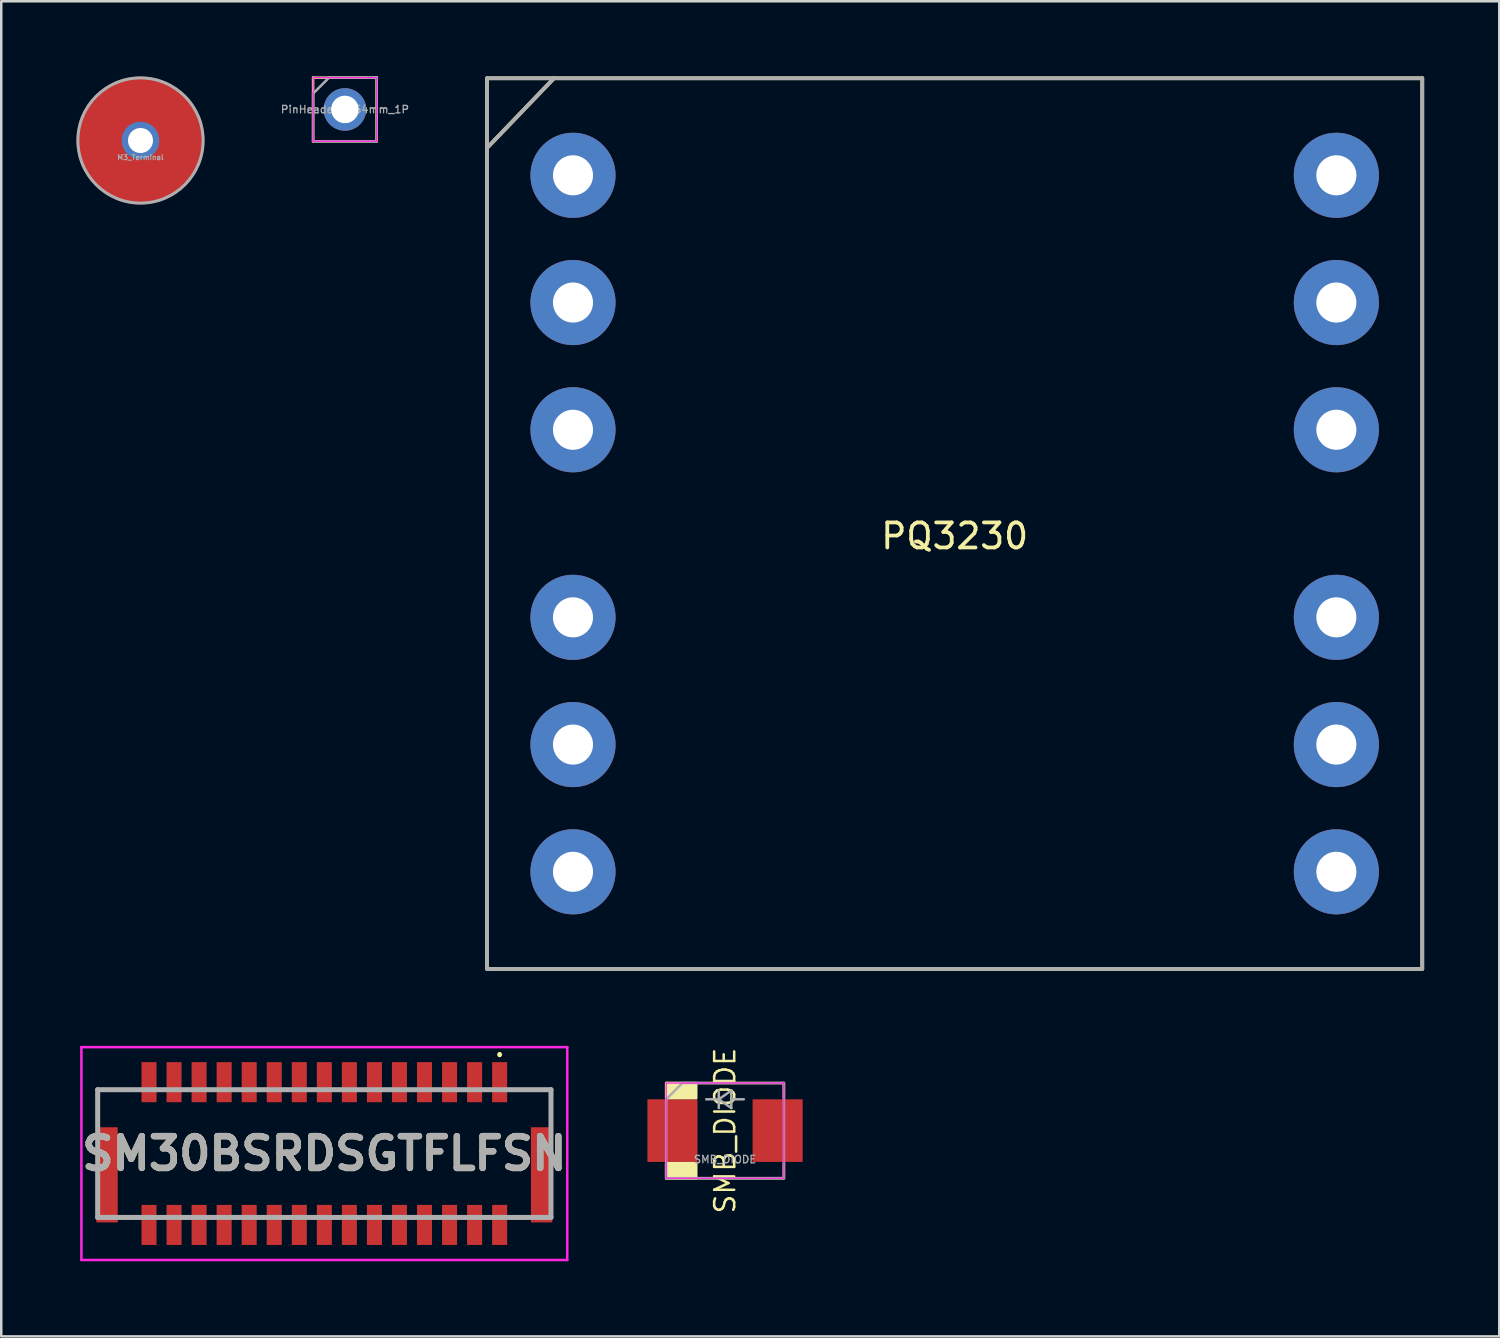
<source format=kicad_pcb>
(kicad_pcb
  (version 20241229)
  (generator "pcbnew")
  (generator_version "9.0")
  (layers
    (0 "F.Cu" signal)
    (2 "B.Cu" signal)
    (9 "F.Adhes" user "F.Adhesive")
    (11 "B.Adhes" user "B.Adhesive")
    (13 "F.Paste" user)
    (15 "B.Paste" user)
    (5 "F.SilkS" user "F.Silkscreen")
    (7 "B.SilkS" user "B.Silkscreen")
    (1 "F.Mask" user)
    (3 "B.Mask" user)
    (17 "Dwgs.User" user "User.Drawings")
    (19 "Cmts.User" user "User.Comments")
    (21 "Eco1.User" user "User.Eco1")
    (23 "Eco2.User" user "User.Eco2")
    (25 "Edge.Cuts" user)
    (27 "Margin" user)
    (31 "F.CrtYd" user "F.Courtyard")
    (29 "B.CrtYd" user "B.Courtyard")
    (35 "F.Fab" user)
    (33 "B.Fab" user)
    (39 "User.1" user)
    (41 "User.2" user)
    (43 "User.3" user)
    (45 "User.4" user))
  (footprint "PQ3230"
    (layer "F.Cu")
    (at 35.069 17.855)
    (property "Reference" "PQ3230" (at 0 0.5 0) (layer "F.SilkS") (effects (font (size 1 1) (thickness 0.15))))
    (attr through_hole)
    (fp_line (start -18.67 -17.78) (end 18.67 -17.78) (stroke (width 0.15) (type solid)) (layer "F.SilkS"))
    (fp_line (start -18.67 -15) (end -16 -17.78) (stroke (width 0.15) (type solid)) (layer "F.SilkS"))
    (fp_line (start -18.67 17.78) (end -18.67 -17.78) (stroke (width 0.15) (type solid)) (layer "F.SilkS"))
    (fp_line (start 18.67 -17.78) (end 18.67 17.78) (stroke (width 0.15) (type solid)) (layer "F.SilkS"))
    (fp_line (start 18.67 17.78) (end -18.67 17.78) (stroke (width 0.15) (type solid)) (layer "F.SilkS"))
    (fp_line (start -18.67 -17.78) (end 18.67 -17.78) (stroke (width 0.15) (type solid)) (layer "F.Fab"))
    (fp_line (start -18.67 -15) (end -16 -17.78) (stroke (width 0.15) (type solid)) (layer "F.Fab"))
    (fp_line (start -18.67 17.78) (end -18.67 -17.78) (stroke (width 0.15) (type solid)) (layer "F.Fab"))
    (fp_line (start 18.67 -17.78) (end 18.67 17.78) (stroke (width 0.15) (type solid)) (layer "F.Fab"))
    (fp_line (start 18.67 17.78) (end -18.67 17.78) (stroke (width 0.15) (type solid)) (layer "F.Fab"))
    (pad "1" thru_hole circle (at -15.24 -13.905) (size 3.4 3.4) (drill 1.6) (layers "*.Cu" "*.Mask"))
    (pad "2" thru_hole circle (at -15.24 -8.825) (size 3.4 3.4) (drill 1.6) (layers "*.Cu" "*.Mask"))
    (pad "3" thru_hole circle (at -15.24 -3.745) (size 3.4 3.4) (drill 1.6) (layers "*.Cu" "*.Mask"))
    (pad "4" thru_hole circle (at -15.24 3.745) (size 3.4 3.4) (drill 1.6) (layers "*.Cu" "*.Mask"))
    (pad "5" thru_hole circle (at -15.24 8.825) (size 3.4 3.4) (drill 1.6) (layers "*.Cu" "*.Mask"))
    (pad "6" thru_hole circle (at -15.24 13.905) (size 3.4 3.4) (drill 1.6) (layers "*.Cu" "*.Mask"))
    (pad "7" thru_hole circle (at 15.24 13.905) (size 3.4 3.4) (drill 1.6) (layers "*.Cu" "*.Mask"))
    (pad "8" thru_hole circle (at 15.24 8.825) (size 3.4 3.4) (drill 1.6) (layers "*.Cu" "*.Mask"))
    (pad "9" thru_hole circle (at 15.24 3.745) (size 3.4 3.4) (drill 1.6) (layers "*.Cu" "*.Mask"))
    (pad "10" thru_hole circle (at 15.24 -3.745) (size 3.4 3.4) (drill 1.6) (layers "*.Cu" "*.Mask"))
    (pad "11" thru_hole circle (at 15.24 -8.825) (size 3.4 3.4) (drill 1.6) (layers "*.Cu" "*.Mask"))
    (pad "12" thru_hole circle (at 15.24 -13.905) (size 3.4 3.4) (drill 1.6) (layers "*.Cu" "*.Mask")))
  (footprint "SM30BSRDSGTFLFSN"
    (layer "F.Cu")
    (at 9.9 43.01)
    (property "Reference" "SM30BSRDSGTFLFSN" (at 0 0 0) (layer "F.SilkS") (effects (font (size 1.27 1.27) (thickness 0.254))))
    (attr smd)
    (fp_line (start -9.05 -2.55) (end -8 -2.55) (stroke (width 0.1) (type solid)) (layer "F.SilkS"))
    (fp_line (start -9.05 0.5) (end -9.05 -2.55) (stroke (width 0.1) (type solid)) (layer "F.SilkS"))
    (fp_line (start 7 -4) (end 7 -4) (stroke (width 0.1) (type solid)) (layer "F.SilkS"))
    (fp_line (start 7 -3.9) (end 7 -3.9) (stroke (width 0.1) (type solid)) (layer "F.SilkS"))
    (fp_line (start 9.05 -2.55) (end 8 -2.55) (stroke (width 0.1) (type solid)) (layer "F.SilkS"))
    (fp_line (start 9.05 -2.5) (end 9.05 -2.55) (stroke (width 0.1) (type solid)) (layer "F.SilkS"))
    (fp_line (start 9.05 0.5) (end 9.05 -2.5) (stroke (width 0.1) (type solid)) (layer "F.SilkS"))
    (fp_arc (start 7 -4) (mid 7.05 -3.95) (end 7 -3.9) (stroke (width 0.1) (type solid)) (layer "F.SilkS"))
    (fp_arc (start 7 -3.9) (mid 6.95 -3.95) (end 7 -4) (stroke (width 0.1) (type solid)) (layer "F.SilkS"))
    (fp_line (start -9.7 -4.25) (end 9.7 -4.25) (stroke (width 0.1) (type solid)) (layer "F.CrtYd"))
    (fp_line (start -9.7 4.25) (end -9.7 -4.25) (stroke (width 0.1) (type solid)) (layer "F.CrtYd"))
    (fp_line (start 9.7 -4.25) (end 9.7 4.25) (stroke (width 0.1) (type solid)) (layer "F.CrtYd"))
    (fp_line (start 9.7 4.25) (end -9.7 4.25) (stroke (width 0.1) (type solid)) (layer "F.CrtYd"))
    (fp_line (start -9.05 -2.55) (end 9.05 -2.55) (stroke (width 0.2) (type solid)) (layer "F.Fab"))
    (fp_line (start -9.05 2.55) (end -9.05 -2.55) (stroke (width 0.2) (type solid)) (layer "F.Fab"))
    (fp_line (start 9.05 -2.55) (end 9.05 2.55) (stroke (width 0.2) (type solid)) (layer "F.Fab"))
    (fp_line (start 9.05 2.55) (end -9.05 2.55) (stroke (width 0.2) (type solid)) (layer "F.Fab"))
    (fp_text user "${REFERENCE}" (at 0 0 0) (layer "F.Fab") (effects (font (size 1.27 1.27) (thickness 0.254))))
    (pad "1" smd rect (at 7 -2.85) (size 0.6 1.6) (layers "F.Cu" "F.Mask" "F.Paste"))
    (pad "2" smd rect (at 7 2.85) (size 0.6 1.6) (layers "F.Cu" "F.Mask" "F.Paste"))
    (pad "3" smd rect (at 6 -2.85) (size 0.6 1.6) (layers "F.Cu" "F.Mask" "F.Paste"))
    (pad "4" smd rect (at 6 2.85) (size 0.6 1.6) (layers "F.Cu" "F.Mask" "F.Paste"))
    (pad "5" smd rect (at 5 -2.85) (size 0.6 1.6) (layers "F.Cu" "F.Mask" "F.Paste"))
    (pad "6" smd rect (at 5 2.85) (size 0.6 1.6) (layers "F.Cu" "F.Mask" "F.Paste"))
    (pad "7" smd rect (at 4 -2.85) (size 0.6 1.6) (layers "F.Cu" "F.Mask" "F.Paste"))
    (pad "8" smd rect (at 4 2.85) (size 0.6 1.6) (layers "F.Cu" "F.Mask" "F.Paste"))
    (pad "9" smd rect (at 3 -2.85) (size 0.6 1.6) (layers "F.Cu" "F.Mask" "F.Paste"))
    (pad "10" smd rect (at 3 2.85) (size 0.6 1.6) (layers "F.Cu" "F.Mask" "F.Paste"))
    (pad "11" smd rect (at 2 -2.85) (size 0.6 1.6) (layers "F.Cu" "F.Mask" "F.Paste"))
    (pad "12" smd rect (at 2 2.85) (size 0.6 1.6) (layers "F.Cu" "F.Mask" "F.Paste"))
    (pad "13" smd rect (at 1 -2.85) (size 0.6 1.6) (layers "F.Cu" "F.Mask" "F.Paste"))
    (pad "14" smd rect (at 1 2.85) (size 0.6 1.6) (layers "F.Cu" "F.Mask" "F.Paste"))
    (pad "15" smd rect (at 0 -2.85) (size 0.6 1.6) (layers "F.Cu" "F.Mask" "F.Paste"))
    (pad "16" smd rect (at 0 2.85) (size 0.6 1.6) (layers "F.Cu" "F.Mask" "F.Paste"))
    (pad "17" smd rect (at -1 -2.85) (size 0.6 1.6) (layers "F.Cu" "F.Mask" "F.Paste"))
    (pad "18" smd rect (at -1 2.85) (size 0.6 1.6) (layers "F.Cu" "F.Mask" "F.Paste"))
    (pad "19" smd rect (at -2 -2.85) (size 0.6 1.6) (layers "F.Cu" "F.Mask" "F.Paste"))
    (pad "20" smd rect (at -2 2.85) (size 0.6 1.6) (layers "F.Cu" "F.Mask" "F.Paste"))
    (pad "21" smd rect (at -3 -2.85) (size 0.6 1.6) (layers "F.Cu" "F.Mask" "F.Paste"))
    (pad "22" smd rect (at -3 2.85) (size 0.6 1.6) (layers "F.Cu" "F.Mask" "F.Paste"))
    (pad "23" smd rect (at -4 -2.85) (size 0.6 1.6) (layers "F.Cu" "F.Mask" "F.Paste"))
    (pad "24" smd rect (at -4 2.85) (size 0.6 1.6) (layers "F.Cu" "F.Mask" "F.Paste"))
    (pad "25" smd rect (at -5 -2.85) (size 0.6 1.6) (layers "F.Cu" "F.Mask" "F.Paste"))
    (pad "26" smd rect (at -5 2.85) (size 0.6 1.6) (layers "F.Cu" "F.Mask" "F.Paste"))
    (pad "27" smd rect (at -6 -2.85) (size 0.6 1.6) (layers "F.Cu" "F.Mask" "F.Paste"))
    (pad "28" smd rect (at -6 2.85) (size 0.6 1.6) (layers "F.Cu" "F.Mask" "F.Paste"))
    (pad "29" smd rect (at -7 -2.85) (size 0.6 1.6) (layers "F.Cu" "F.Mask" "F.Paste"))
    (pad "30" smd rect (at -7 2.85) (size 0.6 1.6) (layers "F.Cu" "F.Mask" "F.Paste"))
    (pad "MP" smd rect (at -8.675 0.85) (size 0.85 3.8) (layers "F.Cu" "F.Mask" "F.Paste"))
    (pad "MP" smd rect (at 8.675 0.85) (size 0.85 3.8) (layers "F.Cu" "F.Mask" "F.Paste")))
  (footprint "PinHeader_2.54mm_1P"
    (layer "F.Cu")
    (at 10.722 1.32)
    (property "Reference" "PinHeader_2.54mm_1P" (at 0 0 0) (layer "F.Fab") (effects (font (size 0.3 0.3) (thickness 0.05))))
    (attr through_hole)
    (fp_line (start -1.27 -1.27) (end 1.27 -1.27) (stroke (width 0.1) (type solid)) (layer "F.SilkS"))
    (fp_line (start -1.27 1.27) (end -1.27 -1.27) (stroke (width 0.1) (type solid)) (layer "F.SilkS"))
    (fp_line (start 1.27 -1.27) (end 1.27 1.27) (stroke (width 0.1) (type solid)) (layer "F.SilkS"))
    (fp_line (start 1.27 1.27) (end -1.27 1.27) (stroke (width 0.1) (type solid)) (layer "F.SilkS"))
    (fp_line (start -1.27 -1.27) (end -1.27 1.27) (stroke (width 0.05) (type solid)) (layer "F.CrtYd"))
    (fp_line (start -1.27 1.27) (end 1.27 1.27) (stroke (width 0.05) (type solid)) (layer "F.CrtYd"))
    (fp_line (start 1.27 -1.27) (end -1.27 -1.27) (stroke (width 0.05) (type solid)) (layer "F.CrtYd"))
    (fp_line (start 1.27 1.27) (end 1.27 -1.27) (stroke (width 0.05) (type solid)) (layer "F.CrtYd"))
    (fp_line (start -1.27 -0.635) (end -0.635 -1.27) (stroke (width 0.1) (type solid)) (layer "F.Fab"))
    (fp_line (start -1.27 1.27) (end -1.27 -0.635) (stroke (width 0.1) (type solid)) (layer "F.Fab"))
    (fp_line (start -0.635 -1.27) (end 1.27 -1.27) (stroke (width 0.1) (type solid)) (layer "F.Fab"))
    (fp_line (start 1.27 -1.27) (end 1.27 1.27) (stroke (width 0.1) (type solid)) (layer "F.Fab"))
    (fp_line (start 1.27 1.27) (end -1.27 1.27) (stroke (width 0.1) (type solid)) (layer "F.Fab"))
    (pad "1" thru_hole circle (at 0 0) (size 1.7 1.7) (drill 1.1) (layers "*.Cu" "*.Mask")))
  (footprint "SMB_DIODE"
    (layer "F.Cu")
    (at 25.9 42.094)
    (property "Reference" "SMB_DIODE" (at 0 1.15 180) (layer "F.Fab") (effects (font (size 0.3 0.3) (thickness 0.05))))
    (attr smd)
    (fp_line (start -2.35 -1.9) (end 2.35 -1.9) (stroke (width 0.1) (type solid)) (layer "F.SilkS"))
    (fp_line (start -2.35 -1.3) (end -2.35 -1.9) (stroke (width 0.1) (type solid)) (layer "F.SilkS"))
    (fp_line (start -2.35 1.3) (end -2.35 1.9) (stroke (width 0.1) (type solid)) (layer "F.SilkS"))
    (fp_line (start -2.35 1.9) (end 2.35 1.9) (stroke (width 0.1) (type solid)) (layer "F.SilkS"))
    (fp_line (start 2.35 -1.9) (end 2.35 -1.3) (stroke (width 0.1) (type solid)) (layer "F.SilkS"))
    (fp_line (start 2.35 1.9) (end 2.35 1.3) (stroke (width 0.1) (type solid)) (layer "F.SilkS"))
    (fp_poly (pts (xy -2.35 -1.3) (xy -1.15 -1.3) (xy -1.15 -1.9) (xy -2.35 -1.9)) (stroke (width 0.1) (type solid)) (fill yes) (layer "F.SilkS"))
    (fp_poly (pts (xy -2.35 1.3) (xy -1.15 1.3) (xy -1.15 1.9) (xy -2.35 1.9)) (stroke (width 0.1) (type solid)) (fill yes) (layer "F.SilkS"))
    (fp_line (start -2.35 -1.9) (end 2.35 -1.9) (stroke (width 0.05) (type solid)) (layer "F.CrtYd"))
    (fp_line (start -2.35 1.9) (end -2.35 -1.9) (stroke (width 0.05) (type solid)) (layer "F.CrtYd"))
    (fp_line (start 2.35 -1.9) (end 2.35 1.9) (stroke (width 0.05) (type solid)) (layer "F.CrtYd"))
    (fp_line (start 2.35 1.9) (end -2.35 1.9) (stroke (width 0.05) (type solid)) (layer "F.CrtYd"))
    (fp_line (start -2.35 -1.25) (end -1.7 -1.9) (stroke (width 0.1) (type solid)) (layer "F.Fab"))
    (fp_line (start -2.35 1.9) (end -2.35 -1.25) (stroke (width 0.1) (type solid)) (layer "F.Fab"))
    (fp_line (start -1.7 -1.9) (end 2.35 -1.9) (stroke (width 0.1) (type solid)) (layer "F.Fab"))
    (fp_line (start -0.25 -1.6) (end -0.25 -0.9) (stroke (width 0.1) (type solid)) (layer "F.Fab"))
    (fp_line (start -0.25 -1.25) (end -0.75 -1.25) (stroke (width 0.1) (type solid)) (layer "F.Fab"))
    (fp_line (start -0.25 -1.25) (end 0.25 -1.6) (stroke (width 0.1) (type solid)) (layer "F.Fab"))
    (fp_line (start 0.25 -1.6) (end 0.25 -0.9) (stroke (width 0.1) (type solid)) (layer "F.Fab"))
    (fp_line (start 0.25 -1.25) (end 0.75 -1.25) (stroke (width 0.1) (type solid)) (layer "F.Fab"))
    (fp_line (start 0.25 -0.9) (end -0.25 -1.25) (stroke (width 0.1) (type solid)) (layer "F.Fab"))
    (fp_line (start 2.35 -1.9) (end 2.35 1.9) (stroke (width 0.1) (type solid)) (layer "F.Fab"))
    (fp_line (start 2.35 1.9) (end -2.35 1.9) (stroke (width 0.1) (type solid)) (layer "F.Fab"))
    (fp_text user "${REFERENCE}" (at 0 0 90) (layer "F.SilkS") (effects (font (size 0.8 0.8) (thickness 0.1))))
    (pad "1" smd rect (at -2.1 0) (size 2 2.5) (layers "F.Cu" "F.Mask" "F.Paste"))
    (pad "2" smd rect (at 2.1 0) (size 2 2.5) (layers "F.Cu" "F.Mask" "F.Paste")))
  (footprint "M3_Terminal"
    (layer "F.Cu")
    (at 2.56 2.56)
    (property "Reference" "M3_Terminal" (at 0 0.675 180) (layer "F.Fab") (effects (font (size 0.2 0.2) (thickness 0.04))))
    (attr smd)
    (fp_circle (center 0 0) (end 2.5 0) (stroke (width 0.12) (type solid)) (fill no) (layer "F.Fab"))
    (pad "1" thru_hole circle (at 0 0) (size 1.5 1.5) (drill 1) (layers "*.Cu" "*.Mask"))
    (pad "1" smd circle (at 0 0) (size 5.1 5.1) (layers "F.Cu" "F.Mask" "F.Paste")))
  (gr_rect
    (start -3 -3)
    (end 56.814 50.31)
    (stroke (width 0.1) (type default))
    (fill no)
    (layer "Edge.Cuts")))
</source>
